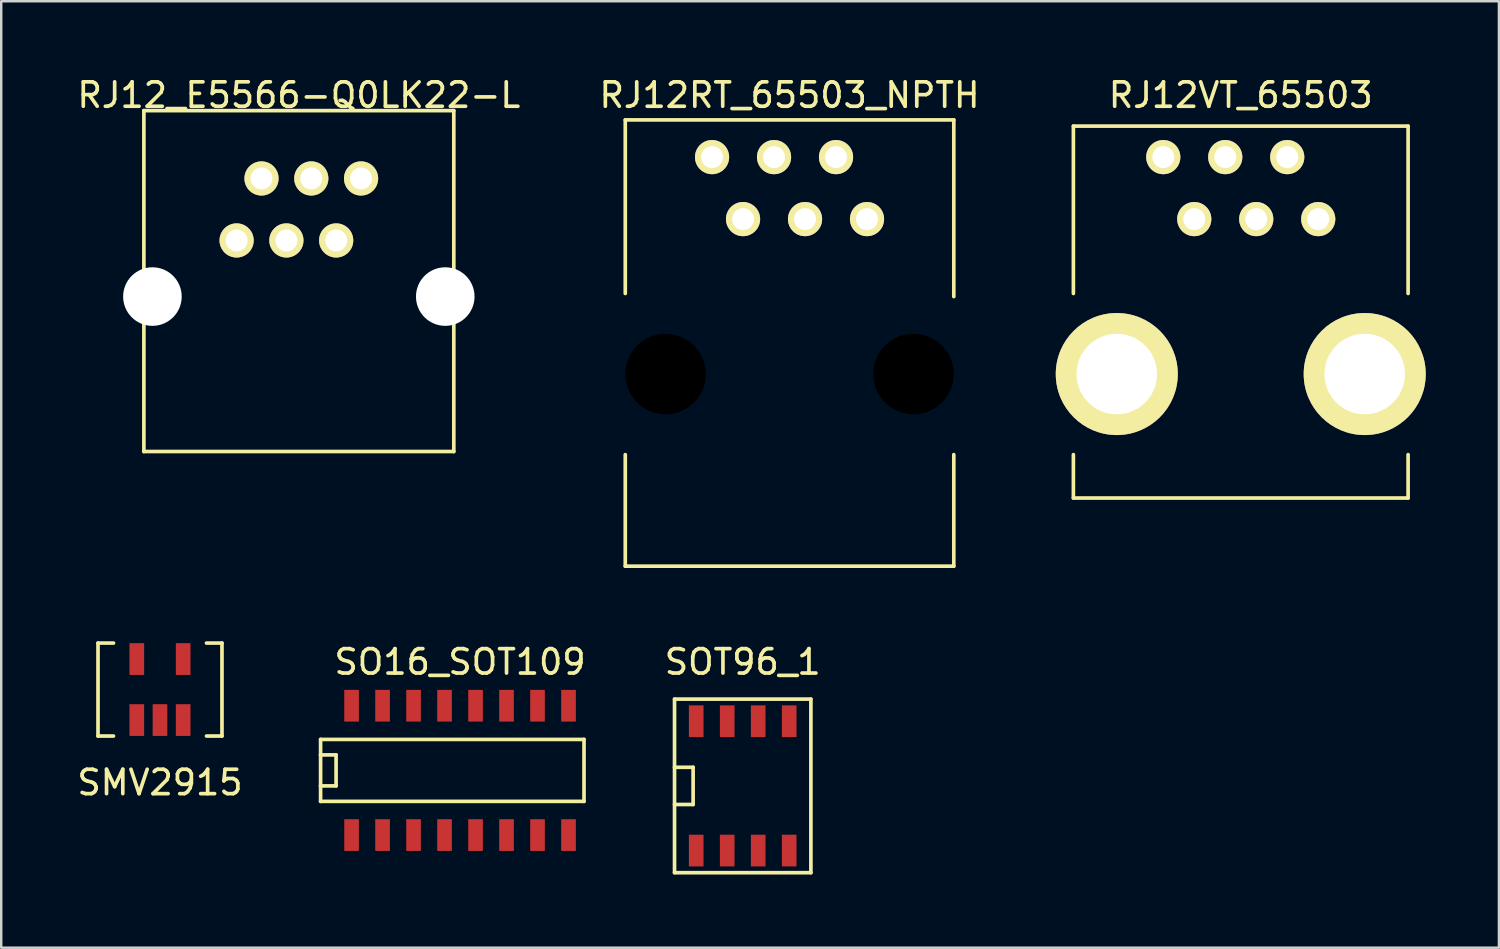
<source format=kicad_pcb>
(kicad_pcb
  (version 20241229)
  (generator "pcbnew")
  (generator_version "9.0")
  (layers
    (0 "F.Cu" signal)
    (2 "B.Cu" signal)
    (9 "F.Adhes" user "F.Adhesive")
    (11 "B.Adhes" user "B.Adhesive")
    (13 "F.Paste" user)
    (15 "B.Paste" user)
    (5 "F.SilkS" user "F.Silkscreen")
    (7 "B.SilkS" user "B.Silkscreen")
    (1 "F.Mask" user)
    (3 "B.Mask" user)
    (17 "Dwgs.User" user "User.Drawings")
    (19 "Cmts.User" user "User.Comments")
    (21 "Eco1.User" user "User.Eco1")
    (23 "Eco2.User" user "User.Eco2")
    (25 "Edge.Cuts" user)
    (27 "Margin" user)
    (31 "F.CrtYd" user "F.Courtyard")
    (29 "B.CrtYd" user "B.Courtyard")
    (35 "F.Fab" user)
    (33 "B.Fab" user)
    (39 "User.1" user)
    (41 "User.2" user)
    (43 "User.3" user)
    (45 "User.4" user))
  (footprint "SOT96_1"
    (layer "F.Cu")
    (at 27.385 29.155)
    (property "Reference" "SOT96_1" (at 0 -5.08 0) (layer "F.SilkS") (effects (font (size 1 1) (thickness 0.15))))
    (attr through_hole)
    (fp_line (start -2.794 -3.556) (end -2.794 3.556) (stroke (width 0.15) (type solid)) (layer "F.SilkS"))
    (fp_line (start -2.794 -0.762) (end -2.032 -0.762) (stroke (width 0.15) (type solid)) (layer "F.SilkS"))
    (fp_line (start -2.794 3.556) (end 2.794 3.556) (stroke (width 0.15) (type solid)) (layer "F.SilkS"))
    (fp_line (start -2.032 -0.762) (end -2.032 0.762) (stroke (width 0.15) (type solid)) (layer "F.SilkS"))
    (fp_line (start -2.032 0.762) (end -2.794 0.762) (stroke (width 0.15) (type solid)) (layer "F.SilkS"))
    (fp_line (start 2.794 -3.556) (end -2.794 -3.556) (stroke (width 0.15) (type solid)) (layer "F.SilkS"))
    (fp_line (start 2.794 3.556) (end 2.794 -3.556) (stroke (width 0.15) (type solid)) (layer "F.SilkS"))
    (pad "1" smd rect (at -1.905 2.65) (size 0.6 1.3) (layers "F.Cu" "F.Mask" "F.Paste"))
    (pad "2" smd rect (at -0.635 2.65) (size 0.6 1.3) (layers "F.Cu" "F.Mask" "F.Paste"))
    (pad "3" smd rect (at 0.635 2.65) (size 0.6 1.3) (layers "F.Cu" "F.Mask" "F.Paste"))
    (pad "4" smd rect (at 1.905 2.65) (size 0.6 1.3) (layers "F.Cu" "F.Mask" "F.Paste"))
    (pad "5" smd rect (at 1.905 -2.65) (size 0.6 1.3) (layers "F.Cu" "F.Mask" "F.Paste"))
    (pad "6" smd rect (at 0.635 -2.65) (size 0.6 1.3) (layers "F.Cu" "F.Mask" "F.Paste"))
    (pad "7" smd rect (at -0.635 -2.65) (size 0.6 1.3) (layers "F.Cu" "F.Mask" "F.Paste"))
    (pad "8" smd rect (at -1.905 -2.65) (size 0.6 1.3) (layers "F.Cu" "F.Mask" "F.Paste")))
  (footprint "SMV2915"
    (layer "F.Cu")
    (at 3.506 25.207)
    (property "Reference" "SMV2915" (at 0 3.81 0) (layer "F.SilkS") (effects (font (size 1 1) (thickness 0.15))))
    (attr through_hole)
    (fp_line (start -2.54 -1.905) (end -2.54 1.905) (stroke (width 0.15) (type solid)) (layer "F.SilkS"))
    (fp_line (start -2.54 1.905) (end -1.905 1.905) (stroke (width 0.15) (type solid)) (layer "F.SilkS"))
    (fp_line (start -1.905 -1.905) (end -2.54 -1.905) (stroke (width 0.15) (type solid)) (layer "F.SilkS"))
    (fp_line (start 1.905 -1.905) (end 2.54 -1.905) (stroke (width 0.15) (type solid)) (layer "F.SilkS"))
    (fp_line (start 2.54 -1.905) (end 2.54 1.905) (stroke (width 0.15) (type solid)) (layer "F.SilkS"))
    (fp_line (start 2.54 1.905) (end 1.905 1.905) (stroke (width 0.15) (type solid)) (layer "F.SilkS"))
    (pad "1" smd rect (at -0.95 1.25) (size 0.6 1.3) (layers "F.Cu" "F.Mask" "F.Paste"))
    (pad "2" smd rect (at 0 1.25) (size 0.6 1.3) (layers "F.Cu" "F.Mask" "F.Paste"))
    (pad "3" smd rect (at 0.95 1.25) (size 0.6 1.3) (layers "F.Cu" "F.Mask" "F.Paste"))
    (pad "4" smd rect (at 0.95 -1.25) (size 0.6 1.3) (layers "F.Cu" "F.Mask" "F.Paste"))
    (pad "5" smd rect (at -0.95 -1.25) (size 0.6 1.3) (layers "F.Cu" "F.Mask" "F.Paste")))
  (footprint "RJ12RT_65503_NPTH"
    (layer "F.Cu")
    (at 29.304 12.278)
    (property "Reference" "RJ12RT_65503_NPTH" (at 0 -11.43 0) (layer "F.SilkS") (effects (font (size 1 1) (thickness 0.15))))
    (attr through_hole)
    (fp_line (start -6.731 -10.414) (end -6.731 -3.302) (stroke (width 0.15) (type solid)) (layer "F.SilkS"))
    (fp_line (start -6.731 -10.414) (end 6.731 -10.414) (stroke (width 0.15) (type solid)) (layer "F.SilkS"))
    (fp_line (start -6.731 7.874) (end -6.731 3.302) (stroke (width 0.15) (type solid)) (layer "F.SilkS"))
    (fp_line (start -6.731 7.874) (end 6.731 7.874) (stroke (width 0.15) (type solid)) (layer "F.SilkS"))
    (fp_line (start 6.731 -10.414) (end 6.731 -3.175) (stroke (width 0.15) (type solid)) (layer "F.SilkS"))
    (fp_line (start 6.731 7.874) (end 6.731 3.302) (stroke (width 0.15) (type solid)) (layer "F.SilkS"))
    (pad "" np_thru_hole circle (at -5.08 0) (size 5 5) (drill 3.3) (layers))
    (pad "" np_thru_hole circle (at 5.08 0) (size 5 5) (drill 3.3) (layers))
    (pad "1" thru_hole circle (at -3.175 -8.89) (size 1.4 1.4) (drill 0.9) (layers "*.Cu" "*.Mask" "F.SilkS"))
    (pad "2" thru_hole circle (at -1.905 -6.35) (size 1.4 1.4) (drill 0.9) (layers "*.Cu" "*.Mask" "F.SilkS"))
    (pad "3" thru_hole circle (at -0.635 -8.89) (size 1.4 1.4) (drill 0.9) (layers "*.Cu" "*.Mask" "F.SilkS"))
    (pad "4" thru_hole circle (at 0.635 -6.35) (size 1.4 1.4) (drill 0.9) (layers "*.Cu" "*.Mask" "F.SilkS"))
    (pad "5" thru_hole circle (at 1.905 -8.89) (size 1.4 1.4) (drill 0.9) (layers "*.Cu" "*.Mask" "F.SilkS"))
    (pad "6" thru_hole circle (at 3.175 -6.35) (size 1.4 1.4) (drill 0.9) (layers "*.Cu" "*.Mask" "F.SilkS")))
  (footprint "RJ12VT_65503"
    (layer "F.Cu")
    (at 47.794 12.278)
    (property "Reference" "RJ12VT_65503" (at 0 -11.43 0) (layer "F.SilkS") (effects (font (size 1 1) (thickness 0.15))))
    (attr through_hole)
    (fp_line (start -6.858 -10.16) (end -6.858 -3.302) (stroke (width 0.15) (type solid)) (layer "F.SilkS"))
    (fp_line (start -6.858 -10.16) (end 6.858 -10.16) (stroke (width 0.15) (type solid)) (layer "F.SilkS"))
    (fp_line (start -6.858 5.08) (end -6.858 3.302) (stroke (width 0.15) (type solid)) (layer "F.SilkS"))
    (fp_line (start -6.858 5.08) (end 6.858 5.08) (stroke (width 0.15) (type solid)) (layer "F.SilkS"))
    (fp_line (start 6.858 -10.16) (end 6.858 -3.302) (stroke (width 0.15) (type solid)) (layer "F.SilkS"))
    (fp_line (start 6.858 5.08) (end 6.858 3.302) (stroke (width 0.15) (type solid)) (layer "F.SilkS"))
    (pad "1" thru_hole circle (at -3.175 -8.89) (size 1.4 1.4) (drill 0.9) (layers "*.Cu" "*.Mask" "F.SilkS"))
    (pad "3" thru_hole circle (at -0.635 -8.89) (size 1.4 1.4) (drill 0.9) (layers "*.Cu" "*.Mask" "F.SilkS"))
    (pad "4" thru_hole circle (at 0.635 -6.35) (size 1.4 1.4) (drill 0.9) (layers "*.Cu" "*.Mask" "F.SilkS"))
    (pad "5" thru_hole circle (at 1.905 -8.89) (size 1.4 1.4) (drill 0.9) (layers "*.Cu" "*.Mask" "F.SilkS"))
    (pad "6" thru_hole circle (at 3.175 -6.35) (size 1.4 1.4) (drill 0.9) (layers "*.Cu" "*.Mask" "F.SilkS"))
    (pad "7" thru_hole circle (at -5.08 0) (size 5 5) (drill 3.3) (layers "*.Cu" "*.Mask" "F.SilkS"))
    (pad "8" thru_hole circle (at 5.08 0) (size 5 5) (drill 3.3) (layers "*.Cu" "*.Mask" "F.SilkS"))
    (pad "9" thru_hole circle (at -1.905 -6.35) (size 1.4 1.4) (drill 0.9) (layers "*.Cu" "*.Mask" "F.SilkS")))
  (footprint "RJ12_E5566-Q0LK22-L"
    (layer "F.Cu")
    (at 9.196 9.103)
    (property "Reference" "RJ12_E5566-Q0LK22-L" (at 0 -8.255 0) (layer "F.SilkS") (effects (font (size 1 1) (thickness 0.15))))
    (attr through_hole)
    (fp_line (start -6.35 -7.62) (end -6.35 6.35) (stroke (width 0.15) (type solid)) (layer "F.SilkS"))
    (fp_line (start -6.35 6.35) (end 6.35 6.35) (stroke (width 0.15) (type solid)) (layer "F.SilkS"))
    (fp_line (start 6.35 -7.62) (end -6.35 -7.62) (stroke (width 0.15) (type solid)) (layer "F.SilkS"))
    (fp_line (start 6.35 6.35) (end 6.35 -7.62) (stroke (width 0.15) (type solid)) (layer "F.SilkS"))
    (pad "" np_thru_hole circle (at -6 0) (size 2.4 2.4) (drill 2.4) (layers "*.Cu"))
    (pad "" np_thru_hole circle (at 6 0) (size 2.4 2.4) (drill 2.4) (layers "*.Cu"))
    (pad "1" thru_hole circle (at 2.55 -4.84) (size 1.4 1.4) (drill 0.9) (layers "*.Cu" "*.Mask" "F.SilkS"))
    (pad "2" thru_hole circle (at 1.53 -2.3) (size 1.4 1.4) (drill 0.9) (layers "*.Cu" "*.Mask" "F.SilkS"))
    (pad "3" thru_hole circle (at 0.51 -4.84) (size 1.4 1.4) (drill 0.9) (layers "*.Cu" "*.Mask" "F.SilkS"))
    (pad "4" thru_hole circle (at -0.51 -2.3) (size 1.4 1.4) (drill 0.9) (layers "*.Cu" "*.Mask" "F.SilkS"))
    (pad "5" thru_hole circle (at -1.53 -4.84) (size 1.4 1.4) (drill 0.9) (layers "*.Cu" "*.Mask" "F.SilkS"))
    (pad "6" thru_hole circle (at -2.55 -2.3) (size 1.4 1.4) (drill 0.9) (layers "*.Cu" "*.Mask" "F.SilkS")))
  (footprint "SO16_SOT109"
    (layer "F.Cu")
    (at 15.802 28.52)
    (property "Reference" "SO16_SOT109" (at 0 -4.445 0) (layer "F.SilkS") (effects (font (size 1 1) (thickness 0.15))))
    (attr through_hole)
    (fp_line (start -5.715 -1.27) (end -5.715 -0.635) (stroke (width 0.15) (type solid)) (layer "F.SilkS"))
    (fp_line (start -5.715 -0.635) (end -5.715 0.635) (stroke (width 0.15) (type solid)) (layer "F.SilkS"))
    (fp_line (start -5.715 -0.635) (end -5.08 -0.635) (stroke (width 0.15) (type solid)) (layer "F.SilkS"))
    (fp_line (start -5.715 0.635) (end -5.715 1.27) (stroke (width 0.15) (type solid)) (layer "F.SilkS"))
    (fp_line (start -5.715 1.27) (end 5.08 1.27) (stroke (width 0.15) (type solid)) (layer "F.SilkS"))
    (fp_line (start -5.08 -0.635) (end -5.08 0.635) (stroke (width 0.15) (type solid)) (layer "F.SilkS"))
    (fp_line (start -5.08 0.635) (end -5.715 0.635) (stroke (width 0.15) (type solid)) (layer "F.SilkS"))
    (fp_line (start 5.08 -1.27) (end -5.715 -1.27) (stroke (width 0.15) (type solid)) (layer "F.SilkS"))
    (fp_line (start 5.08 1.27) (end 5.08 -1.27) (stroke (width 0.15) (type solid)) (layer "F.SilkS"))
    (pad "1" smd rect (at -4.445 2.65) (size 0.6 1.3) (layers "F.Cu" "F.Mask" "F.Paste"))
    (pad "2" smd rect (at -3.175 2.65) (size 0.6 1.3) (layers "F.Cu" "F.Mask" "F.Paste"))
    (pad "3" smd rect (at -1.905 2.65) (size 0.6 1.3) (layers "F.Cu" "F.Mask" "F.Paste"))
    (pad "4" smd rect (at -0.635 2.65) (size 0.6 1.3) (layers "F.Cu" "F.Mask" "F.Paste"))
    (pad "5" smd rect (at 0.635 2.65) (size 0.6 1.3) (layers "F.Cu" "F.Mask" "F.Paste"))
    (pad "6" smd rect (at 1.905 2.65) (size 0.6 1.3) (layers "F.Cu" "F.Mask" "F.Paste"))
    (pad "7" smd rect (at 3.175 2.65) (size 0.6 1.3) (layers "F.Cu" "F.Mask" "F.Paste"))
    (pad "8" smd rect (at 4.445 2.65) (size 0.6 1.3) (layers "F.Cu" "F.Mask" "F.Paste"))
    (pad "9" smd rect (at 4.445 -2.65) (size 0.6 1.3) (layers "F.Cu" "F.Mask" "F.Paste"))
    (pad "10" smd rect (at 3.175 -2.65) (size 0.6 1.3) (layers "F.Cu" "F.Mask" "F.Paste"))
    (pad "11" smd rect (at 1.905 -2.65) (size 0.6 1.3) (layers "F.Cu" "F.Mask" "F.Paste"))
    (pad "12" smd rect (at 0.635 -2.65) (size 0.6 1.3) (layers "F.Cu" "F.Mask" "F.Paste"))
    (pad "13" smd rect (at -0.635 -2.65) (size 0.6 1.3) (layers "F.Cu" "F.Mask" "F.Paste"))
    (pad "14" smd rect (at -1.905 -2.65) (size 0.6 1.3) (layers "F.Cu" "F.Mask" "F.Paste"))
    (pad "15" smd rect (at -3.175 -2.65) (size 0.6 1.3) (layers "F.Cu" "F.Mask" "F.Paste"))
    (pad "16" smd rect (at -4.445 -2.65) (size 0.6 1.3) (layers "F.Cu" "F.Mask" "F.Paste")))
  (gr_rect
    (start -3 -3)
    (end 58.374 35.786)
    (stroke (width 0.1) (type default))
    (fill no)
    (layer "Edge.Cuts")))
</source>
